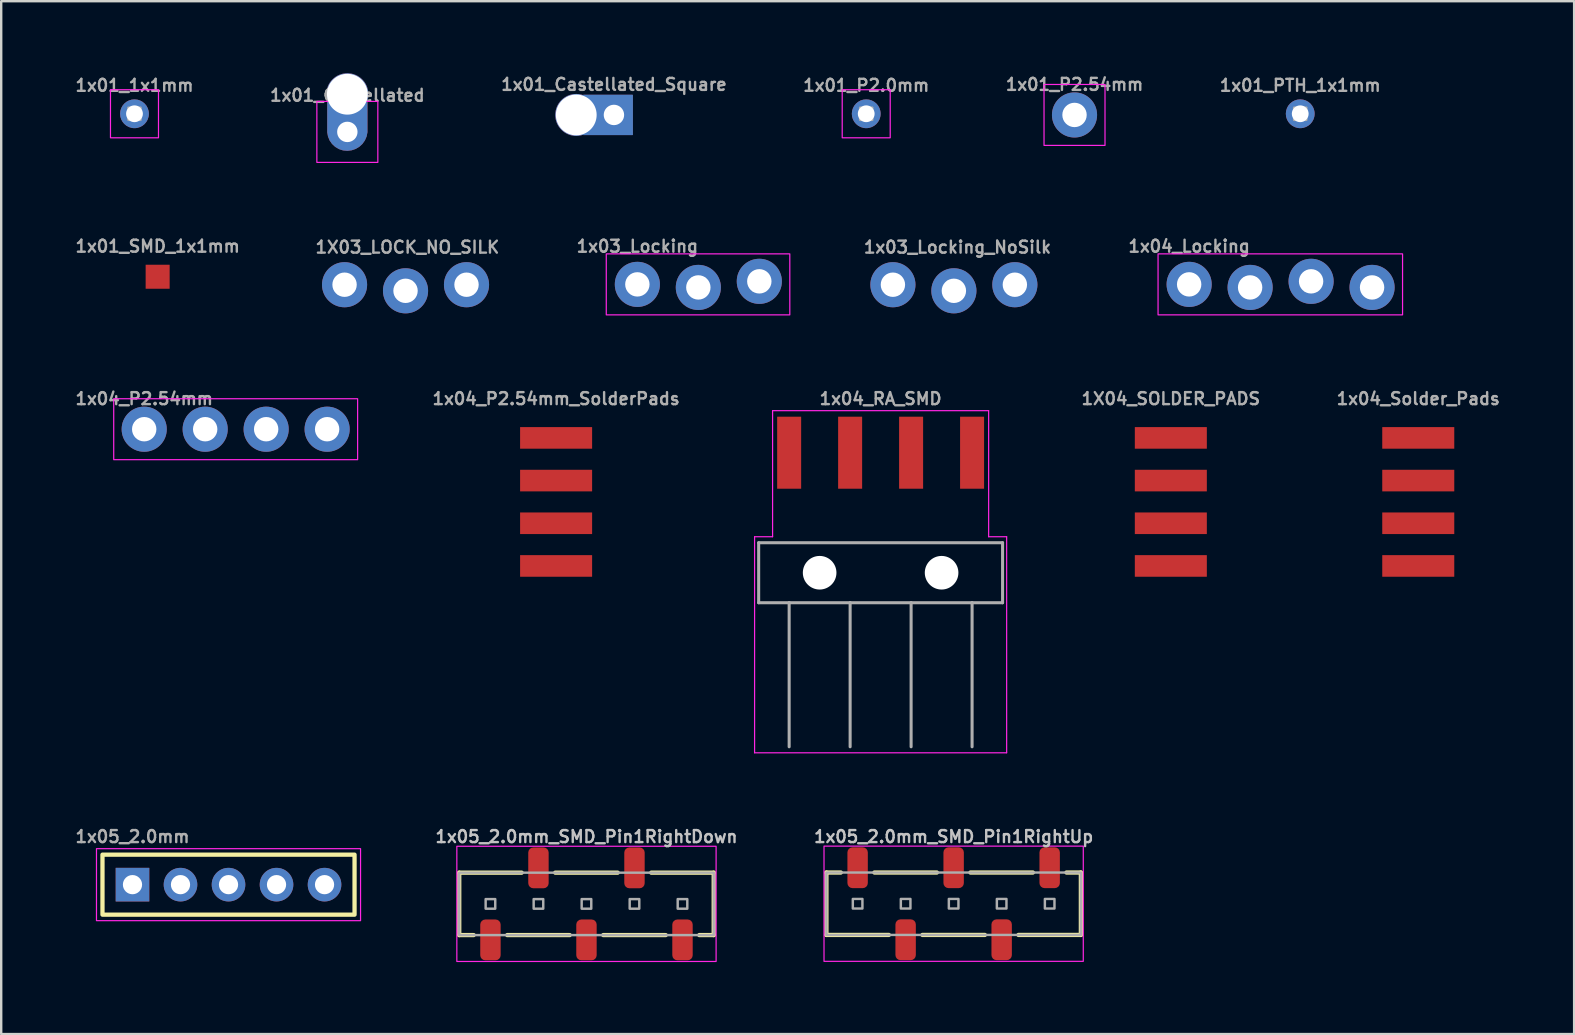
<source format=kicad_pcb>
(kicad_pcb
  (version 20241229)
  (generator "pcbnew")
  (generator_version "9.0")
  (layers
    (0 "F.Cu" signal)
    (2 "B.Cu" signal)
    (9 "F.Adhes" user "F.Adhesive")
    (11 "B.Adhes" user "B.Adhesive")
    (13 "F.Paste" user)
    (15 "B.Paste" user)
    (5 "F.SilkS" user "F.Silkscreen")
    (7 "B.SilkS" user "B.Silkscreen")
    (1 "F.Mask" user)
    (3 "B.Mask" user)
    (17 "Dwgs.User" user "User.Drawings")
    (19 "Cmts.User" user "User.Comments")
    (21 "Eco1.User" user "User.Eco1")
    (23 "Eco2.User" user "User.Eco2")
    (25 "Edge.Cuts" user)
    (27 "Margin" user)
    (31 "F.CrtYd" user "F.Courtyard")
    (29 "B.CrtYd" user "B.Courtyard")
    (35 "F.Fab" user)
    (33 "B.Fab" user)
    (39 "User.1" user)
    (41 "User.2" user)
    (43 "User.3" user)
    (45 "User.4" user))
  (footprint "1x01_P2.54mm"
    (layer "F.Cu")
    (at 41.71 1.738)
    (property "Reference" "1x01_P2.54mm" (at 0 -1.27 0) (layer "F.Fab") (effects (font (size 0.5 0.5) (thickness 0.1))))
    (fp_rect (start -1.27 -1.27) (end 1.27 1.27) (stroke (width 0.05) (type default)) (fill no) (layer "F.CrtYd"))
    (fp_poly (pts (xy -0.254 0.254) (xy 0.254 0.254) (xy 0.254 -0.254) (xy -0.254 -0.254)) (stroke (width 0.1) (type default)) (fill no) (layer "F.Fab"))
    (pad "1" thru_hole circle (at 0 0 90) (size 1.88 1.88) (drill 1.016) (layers "*.Cu" "*.Mask") (remove_unused_layers yes) (keep_end_layers yes) (zone_layer_connections)))
  (footprint "1x01_1x1mm"
    (layer "F.Cu")
    (at 2.552 1.689)
    (property "Reference" "1x01_1x1mm" (at 0 -0.889 0) (unlocked yes) (layer "F.Fab") (effects (font (size 0.5 0.5) (thickness 0.1) (bold yes)) (justify bottom)))
    (fp_rect (start -1 -1) (end 1 1) (stroke (width 0.05) (type default)) (fill no) (layer "F.CrtYd"))
    (fp_poly (pts (xy -0.254 0.254) (xy 0.254 0.254) (xy 0.254 -0.254) (xy -0.254 -0.254)) (stroke (width 0.1) (type default)) (fill no) (layer "F.Fab"))
    (pad "1" thru_hole circle (at 0 0 90) (size 1.2 1.2) (drill 0.7) (layers "*.Cu" "*.Mask")))
  (footprint "1x04_Locking"
    (layer "F.Cu")
    (at 46.485 8.796)
    (property "Reference" "1x04_Locking" (at 0 -1.587 0) (layer "F.Fab") (effects (font (size 0.5 0.5) (thickness 0.1))))
    (fp_rect (start -1.295 -1.27) (end 8.89 1.27) (stroke (width 0.05) (type default)) (fill no) (layer "F.CrtYd"))
    (fp_poly (pts (xy -0.254 0.254) (xy 0.254 0.254) (xy 0.254 -0.254) (xy -0.254 -0.254)) (stroke (width 0.1) (type default)) (fill no) (layer "F.Fab"))
    (fp_poly (pts (xy 2.286 0.254) (xy 2.794 0.254) (xy 2.794 -0.254) (xy 2.286 -0.254)) (stroke (width 0.1) (type default)) (fill no) (layer "F.Fab"))
    (fp_poly (pts (xy 4.826 0.254) (xy 5.334 0.254) (xy 5.334 -0.254) (xy 4.826 -0.254)) (stroke (width 0.1) (type default)) (fill no) (layer "F.Fab"))
    (fp_poly (pts (xy 7.366 0.254) (xy 7.874 0.254) (xy 7.874 -0.254) (xy 7.366 -0.254)) (stroke (width 0.1) (type default)) (fill no) (layer "F.Fab"))
    (pad "1" thru_hole circle (at 0 0 90) (size 1.88 1.88) (drill 1.016) (layers "*.Cu" "*.Mask") (remove_unused_layers yes) (keep_end_layers yes) (zone_layer_connections))
    (pad "2" thru_hole circle (at 2.54 0.127 90) (size 1.88 1.88) (drill 1.016) (layers "*.Cu" "*.Mask") (remove_unused_layers yes) (keep_end_layers yes) (zone_layer_connections))
    (pad "3" thru_hole circle (at 5.08 -0.127 90) (size 1.88 1.88) (drill 1.016) (layers "*.Cu" "*.Mask") (remove_unused_layers yes) (keep_end_layers yes) (zone_layer_connections))
    (pad "4" thru_hole circle (at 7.62 0.127 90) (size 1.88 1.88) (drill 1.016) (layers "*.Cu" "*.Mask") (remove_unused_layers yes) (keep_end_layers yes) (zone_layer_connections)))
  (footprint "1x03_Locking"
    (layer "F.Cu")
    (at 23.5 8.796)
    (property "Reference" "1x03_Locking" (at 0 -1.587 0) (layer "F.Fab") (effects (font (size 0.5 0.5) (thickness 0.1))))
    (fp_rect (start -1.295 -1.27) (end 6.35 1.27) (stroke (width 0.05) (type default)) (fill no) (layer "F.CrtYd"))
    (fp_poly (pts (xy -0.254 0.254) (xy 0.254 0.254) (xy 0.254 -0.254) (xy -0.254 -0.254)) (stroke (width 0.1) (type default)) (fill no) (layer "F.Fab"))
    (fp_poly (pts (xy 2.286 0.254) (xy 2.794 0.254) (xy 2.794 -0.254) (xy 2.286 -0.254)) (stroke (width 0.1) (type default)) (fill no) (layer "F.Fab"))
    (fp_poly (pts (xy 4.826 0.254) (xy 5.334 0.254) (xy 5.334 -0.254) (xy 4.826 -0.254)) (stroke (width 0.1) (type default)) (fill no) (layer "F.Fab"))
    (pad "1" thru_hole circle (at 0 0 90) (size 1.88 1.88) (drill 1.016) (layers "*.Cu" "*.Mask"))
    (pad "2" thru_hole circle (at 2.54 0.127 90) (size 1.88 1.88) (drill 1.016) (layers "*.Cu" "*.Mask"))
    (pad "3" thru_hole circle (at 5.08 -0.127 90) (size 1.88 1.88) (drill 1.016) (layers "*.Cu" "*.Mask")))
  (footprint "1x01_Castellated_Square"
    (layer "F.Cu")
    (at 22.524 1.738)
    (property "Reference" "1x01_Castellated_Square" (at 0 -1.27 0) (layer "F.Fab") (effects (font (size 0.5 0.5) (thickness 0.1))))
    (fp_poly (pts (xy 0.775 0.838) (xy -1.283 0.838) (xy -1.283 -0.838) (xy 0.775 -0.838)) (stroke (width 0) (type default)) (fill yes) (layer "B.Cu"))
    (fp_poly (pts (xy 0.775 0.838) (xy -1.283 0.838) (xy -1.283 -0.838) (xy 0.775 -0.838)) (stroke (width 0) (type default)) (fill yes) (layer "B.Mask"))
    (fp_poly (pts (xy 0.254 0.254) (xy 0.254 -0.254) (xy -0.254 -0.254) (xy -0.254 0.254)) (stroke (width 0.1) (type default)) (fill no) (layer "F.Fab"))
    (pad "1" thru_hole custom (at 0 0 180) (size 1.016 1.016) (drill 0.85) (layers "*.Cu" "*.Mask") (options (anchor circle)) (primitives (gr_poly (pts (xy -0.787 -0.838) (xy 1.27 -0.838) (xy 1.27 0.838) (xy -0.787 0.838)) (width 0) (fill yes))))
    (pad "1B" thru_hole circle (at -1.57 0) (size 1.75 1.75) (drill 1.7) (layers "*.Cu" "*.Mask")))
  (footprint "1x03_Locking_NoSilk"
    (layer "F.Cu")
    (at 34.145 8.937)
    (property "Reference" "1x03_Locking_NoSilk" (at -1.27 -1.397 0) (layer "F.Fab") (effects (font (size 0.5 0.5) (thickness 0.1)) (justify left bottom)))
    (fp_poly (pts (xy -0.254 0.254) (xy 0.254 0.254) (xy 0.254 -0.254) (xy -0.254 -0.254)) (stroke (width 0.1) (type default)) (fill no) (layer "F.Fab"))
    (fp_poly (pts (xy 2.286 0.254) (xy 2.794 0.254) (xy 2.794 -0.254) (xy 2.286 -0.254)) (stroke (width 0.1) (type default)) (fill no) (layer "F.Fab"))
    (fp_poly (pts (xy 4.826 0.254) (xy 5.334 0.254) (xy 5.334 -0.254) (xy 4.826 -0.254)) (stroke (width 0.1) (type default)) (fill no) (layer "F.Fab"))
    (pad "1" thru_hole circle (at 0 -0.127 90) (size 1.88 1.88) (drill 1.016) (layers "*.Cu" "*.Mask"))
    (pad "2" thru_hole circle (at 2.54 0.127 90) (size 1.88 1.88) (drill 1.016) (layers "*.Cu" "*.Mask"))
    (pad "3" thru_hole circle (at 5.08 -0.127 90) (size 1.88 1.88) (drill 1.016) (layers "*.Cu" "*.Mask")))
  (footprint "1x04_RA_SMD"
    (layer "F.Cu")
    (at 33.633 20.808)
    (property "Reference" "1x04_RA_SMD" (at 0 -7.25 0) (unlocked yes) (layer "F.Fab") (effects (font (size 0.5 0.5) (thickness 0.1))))
    (fp_line (start -5.25 -1.5) (end -4.5 -1.5) (stroke (width 0.05) (type default)) (layer "F.CrtYd"))
    (fp_line (start -5.25 7.5) (end -5.25 -1.5) (stroke (width 0.05) (type default)) (layer "F.CrtYd"))
    (fp_line (start -4.5 -6.75) (end 4.5 -6.75) (stroke (width 0.05) (type default)) (layer "F.CrtYd"))
    (fp_line (start -4.5 -1.5) (end -4.5 -6.75) (stroke (width 0.05) (type default)) (layer "F.CrtYd"))
    (fp_line (start 4.5 -6.75) (end 4.5 -1.5) (stroke (width 0.05) (type default)) (layer "F.CrtYd"))
    (fp_line (start 4.5 -1.5) (end 5.25 -1.5) (stroke (width 0.05) (type default)) (layer "F.CrtYd"))
    (fp_line (start 5.25 -1.5) (end 5.25 7.5) (stroke (width 0.05) (type default)) (layer "F.CrtYd"))
    (fp_line (start 5.25 7.5) (end -5.25 7.5) (stroke (width 0.05) (type default)) (layer "F.CrtYd"))
    (fp_line (start -5.08 -1.25) (end -5.08 1.25) (stroke (width 0.127) (type solid)) (layer "F.Fab"))
    (fp_line (start -5.08 1.25) (end -3.81 1.25) (stroke (width 0.127) (type solid)) (layer "F.Fab"))
    (fp_line (start -3.81 1.25) (end -3.81 7.25) (stroke (width 0.127) (type solid)) (layer "F.Fab"))
    (fp_line (start -3.81 1.25) (end -1.27 1.25) (stroke (width 0.127) (type solid)) (layer "F.Fab"))
    (fp_line (start -1.27 1.25) (end -1.27 7.25) (stroke (width 0.127) (type solid)) (layer "F.Fab"))
    (fp_line (start -1.27 1.25) (end 1.27 1.25) (stroke (width 0.127) (type solid)) (layer "F.Fab"))
    (fp_line (start 1.27 1.25) (end 1.27 7.25) (stroke (width 0.127) (type solid)) (layer "F.Fab"))
    (fp_line (start 1.27 1.25) (end 3.81 1.25) (stroke (width 0.127) (type solid)) (layer "F.Fab"))
    (fp_line (start 3.81 1.25) (end 3.81 7.25) (stroke (width 0.127) (type solid)) (layer "F.Fab"))
    (fp_line (start 3.81 1.25) (end 5.08 1.25) (stroke (width 0.127) (type solid)) (layer "F.Fab"))
    (fp_line (start 5.08 -1.25) (end -5.08 -1.25) (stroke (width 0.127) (type solid)) (layer "F.Fab"))
    (fp_line (start 5.08 1.25) (end 5.08 -1.25) (stroke (width 0.127) (type solid)) (layer "F.Fab"))
    (pad "" np_thru_hole circle (at -2.54 0) (size 1.4 1.4) (drill 1.4) (layers "*.Cu" "*.Mask"))
    (pad "" np_thru_hole circle (at 2.54 0) (size 1.4 1.4) (drill 1.4) (layers "*.Cu" "*.Mask"))
    (pad "1" smd rect (at -3.81 -5 90) (size 3 1) (layers "F.Cu" "F.Mask" "F.Paste"))
    (pad "2" smd rect (at -1.27 -5 90) (size 3 1) (layers "F.Cu" "F.Mask" "F.Paste"))
    (pad "3" smd rect (at 1.27 -5 90) (size 3 1) (layers "F.Cu" "F.Mask" "F.Paste"))
    (pad "4" smd rect (at 3.81 -5 90) (size 3 1) (layers "F.Cu" "F.Mask" "F.Paste")))
  (footprint "1x04_P2.54mm"
    (layer "F.Cu")
    (at 2.957 14.829)
    (property "Reference" "1x04_P2.54mm" (at 0 -1.27 0) (layer "F.Fab") (effects (font (size 0.5 0.5) (thickness 0.1))))
    (fp_rect (start -1.27 -1.27) (end 8.89 1.27) (stroke (width 0.05) (type default)) (fill no) (layer "F.CrtYd"))
    (fp_poly (pts (xy -0.254 0.254) (xy 0.254 0.254) (xy 0.254 -0.254) (xy -0.254 -0.254)) (stroke (width 0.1) (type default)) (fill no) (layer "F.Fab"))
    (fp_poly (pts (xy 2.286 0.254) (xy 2.794 0.254) (xy 2.794 -0.254) (xy 2.286 -0.254)) (stroke (width 0.1) (type default)) (fill no) (layer "F.Fab"))
    (fp_poly (pts (xy 4.826 0.254) (xy 5.334 0.254) (xy 5.334 -0.254) (xy 4.826 -0.254)) (stroke (width 0.1) (type default)) (fill no) (layer "F.Fab"))
    (fp_poly (pts (xy 7.366 0.254) (xy 7.874 0.254) (xy 7.874 -0.254) (xy 7.366 -0.254)) (stroke (width 0.1) (type default)) (fill no) (layer "F.Fab"))
    (pad "1" thru_hole circle (at 0 0 90) (size 1.88 1.88) (drill 1.016) (layers "*.Cu" "*.Mask") (remove_unused_layers yes) (keep_end_layers yes) (zone_layer_connections))
    (pad "2" thru_hole circle (at 2.54 0 90) (size 1.88 1.88) (drill 1.016) (layers "*.Cu" "*.Mask") (remove_unused_layers yes) (keep_end_layers yes) (zone_layer_connections))
    (pad "3" thru_hole circle (at 5.08 0 90) (size 1.88 1.88) (drill 1.016) (layers "*.Cu" "*.Mask") (remove_unused_layers yes) (keep_end_layers yes) (zone_layer_connections))
    (pad "4" thru_hole circle (at 7.62 0 90) (size 1.88 1.88) (drill 1.016) (layers "*.Cu" "*.Mask") (remove_unused_layers yes) (keep_end_layers yes) (zone_layer_connections)))
  (footprint "1x04_P2.54mm_SolderPads"
    (layer "F.Cu")
    (at 20.115 17.858)
    (property "Reference" "1x04_P2.54mm_SolderPads" (at 0 -4.3 0) (layer "F.Fab") (effects (font (size 0.5 0.5) (thickness 0.1))))
    (pad "1" smd rect (at 0 -2.667) (size 3 0.9) (layers "F.Cu" "F.Mask"))
    (pad "2" smd rect (at 0 -0.889) (size 3 0.9) (layers "F.Cu" "F.Mask"))
    (pad "3" smd rect (at 0 0.889) (size 3 0.9) (layers "F.Cu" "F.Mask"))
    (pad "4" smd rect (at 0 2.667) (size 3 0.9) (layers "F.Cu" "F.Mask")))
  (footprint "1x01_SMD_1x1mm"
    (layer "F.Cu")
    (at 3.517 8.478)
    (property "Reference" "1x01_SMD_1x1mm" (at 0 -1.27 0) (layer "F.Fab") (effects (font (size 0.5 0.5) (thickness 0.1))))
    (pad "1" smd rect (at 0 0 90) (size 1 1) (layers "F.Cu" "F.Mask" "F.Paste")))
  (footprint "1X03_LOCK_NO_SILK"
    (layer "F.Cu")
    (at 11.303 8.937)
    (property "Reference" "1X03_LOCK_NO_SILK" (at -1.27 -1.397 0) (layer "F.Fab") (effects (font (size 0.5 0.5) (thickness 0.1)) (justify left bottom)))
    (fp_poly (pts (xy -0.254 0.254) (xy 0.254 0.254) (xy 0.254 -0.254) (xy -0.254 -0.254)) (stroke (width 0.1) (type default)) (fill no) (layer "F.Fab"))
    (fp_poly (pts (xy 2.286 0.254) (xy 2.794 0.254) (xy 2.794 -0.254) (xy 2.286 -0.254)) (stroke (width 0.1) (type default)) (fill no) (layer "F.Fab"))
    (fp_poly (pts (xy 4.826 0.254) (xy 5.334 0.254) (xy 5.334 -0.254) (xy 4.826 -0.254)) (stroke (width 0.1) (type default)) (fill no) (layer "F.Fab"))
    (pad "1" thru_hole circle (at 0 -0.127 90) (size 1.88 1.88) (drill 1.016) (layers "*.Cu" "*.Mask"))
    (pad "2" thru_hole circle (at 2.54 0.127 90) (size 1.88 1.88) (drill 1.016) (layers "*.Cu" "*.Mask"))
    (pad "3" thru_hole circle (at 5.08 -0.127 90) (size 1.88 1.88) (drill 1.016) (layers "*.Cu" "*.Mask")))
  (footprint "1x05_2.0mm"
    (layer "F.Cu")
    (at 2.469 33.801)
    (property "Reference" "1x05_2.0mm" (at 0 -2 0) (unlocked yes) (layer "F.Fab") (effects (font (size 0.5 0.5) (thickness 0.1))))
    (fp_rect (start -1.25 -1.25) (end 9.25 1.25) (stroke (width 0.178) (type default)) (fill no) (layer "F.SilkS"))
    (fp_rect (start -1.5 -1.5) (end 9.5 1.5) (stroke (width 0.05) (type default)) (fill no) (layer "F.CrtYd"))
    (pad "1" thru_hole rect (at 0 0) (size 1.4 1.4) (drill 0.8) (layers "*.Cu" "*.Mask"))
    (pad "2" thru_hole circle (at 2 0) (size 1.4 1.4) (drill 0.8) (layers "*.Cu" "*.Mask"))
    (pad "3" thru_hole circle (at 4 0) (size 1.4 1.4) (drill 0.8) (layers "*.Cu" "*.Mask"))
    (pad "4" thru_hole circle (at 6 0) (size 1.4 1.4) (drill 0.8) (layers "*.Cu" "*.Mask"))
    (pad "5" thru_hole circle (at 8 0) (size 1.4 1.4) (drill 0.8) (layers "*.Cu" "*.Mask")))
  (footprint "1x01_P2.0mm"
    (layer "F.Cu")
    (at 33.033 1.689)
    (property "Reference" "1x01_P2.0mm" (at 0 -0.889 0) (unlocked yes) (layer "F.Fab") (effects (font (size 0.5 0.5) (thickness 0.1) (bold yes)) (justify bottom)))
    (fp_rect (start -1 -1) (end 1 1) (stroke (width 0.05) (type default)) (fill no) (layer "F.CrtYd"))
    (fp_poly (pts (xy -0.254 0.254) (xy 0.254 0.254) (xy 0.254 -0.254) (xy -0.254 -0.254)) (stroke (width 0.1) (type default)) (fill no) (layer "F.Fab"))
    (pad "1" thru_hole circle (at 0 0 90) (size 1.2 1.2) (drill 0.7) (layers "*.Cu" "*.Mask")))
  (footprint "1x05_2.0mm_SMD_Pin1RightDown"
    (layer "F.Cu")
    (at 21.38 34.602)
    (property "Reference" "1x05_2.0mm_SMD_Pin1RightDown" (at 0 -2.8 0) (unlocked yes) (layer "Dwgs.User") (effects (font (size 0.5 0.5) (thickness 0.1))))
    (attr smd)
    (fp_line (start -5.3 -1.3) (end -5.3 1.3) (stroke (width 0.178) (type default)) (layer "F.SilkS"))
    (fp_line (start -5.3 1.3) (end -4.7 1.3) (stroke (width 0.178) (type default)) (layer "F.SilkS"))
    (fp_line (start -2.7 -1.3) (end -5.3 -1.3) (stroke (width 0.178) (type default)) (layer "F.SilkS"))
    (fp_line (start -0.7 1.3) (end -3.3 1.3) (stroke (width 0.178) (type default)) (layer "F.SilkS"))
    (fp_line (start 1.3 -1.3) (end -1.3 -1.3) (stroke (width 0.178) (type default)) (layer "F.SilkS"))
    (fp_line (start 3.3 1.3) (end 0.7 1.3) (stroke (width 0.178) (type default)) (layer "F.SilkS"))
    (fp_line (start 5.3 -1.3) (end 2.7 -1.3) (stroke (width 0.178) (type default)) (layer "F.SilkS"))
    (fp_line (start 5.3 -1.3) (end 5.3 1.3) (stroke (width 0.178) (type default)) (layer "F.SilkS"))
    (fp_line (start 5.3 1.3) (end 4.7 1.3) (stroke (width 0.178) (type default)) (layer "F.SilkS"))
    (fp_rect (start -5.4 -2.4) (end 5.4 2.4) (stroke (width 0.05) (type default)) (fill no) (layer "F.CrtYd"))
    (fp_rect (start -5.3 -1.3) (end 5.3 1.3) (stroke (width 0.102) (type default)) (fill no) (layer "F.Fab"))
    (fp_rect (start -4.2 -0.2) (end -3.8 0.2) (stroke (width 0.102) (type solid)) (fill no) (layer "F.Fab"))
    (fp_rect (start -2.2 -0.2) (end -1.8 0.2) (stroke (width 0.102) (type solid)) (fill no) (layer "F.Fab"))
    (fp_rect (start -0.2 -0.2) (end 0.2 0.2) (stroke (width 0.102) (type solid)) (fill no) (layer "F.Fab"))
    (fp_rect (start 1.8 -0.2) (end 2.2 0.2) (stroke (width 0.102) (type solid)) (fill no) (layer "F.Fab"))
    (fp_rect (start 3.8 -0.2) (end 4.2 0.2) (stroke (width 0.102) (type solid)) (fill no) (layer "F.Fab"))
    (pad "1" smd roundrect (at 4 1.5) (size 0.85 1.7) (layers "F.Cu" "F.Mask" "F.Paste") (roundrect_rratio 0.25))
    (pad "2" smd roundrect (at 2 -1.5) (size 0.85 1.7) (layers "F.Cu" "F.Mask" "F.Paste") (roundrect_rratio 0.25))
    (pad "3" smd roundrect (at 0 1.5) (size 0.85 1.7) (layers "F.Cu" "F.Mask" "F.Paste") (roundrect_rratio 0.25))
    (pad "4" smd roundrect (at -2 -1.5) (size 0.85 1.7) (layers "F.Cu" "F.Mask" "F.Paste") (roundrect_rratio 0.25))
    (pad "5" smd roundrect (at -4 1.5) (size 0.85 1.7) (layers "F.Cu" "F.Mask" "F.Paste") (roundrect_rratio 0.25)))
  (footprint "1x01_PTH_1x1mm"
    (layer "F.Cu")
    (at 51.112 1.689)
    (property "Reference" "1x01_PTH_1x1mm" (at 0 -0.889 0) (unlocked yes) (layer "F.Fab") (effects (font (size 0.5 0.5) (thickness 0.1) (bold yes)) (justify bottom)))
    (fp_poly (pts (xy -0.254 0.254) (xy 0.254 0.254) (xy 0.254 -0.254) (xy -0.254 -0.254)) (stroke (width 0.1) (type default)) (fill no) (layer "F.Fab"))
    (pad "1" thru_hole circle (at 0 0 90) (size 1.2 1.2) (drill 0.7) (layers "*.Cu" "*.Mask")))
  (footprint "1x01_Castellated"
    (layer "F.Cu")
    (at 11.419 2.445)
    (property "Reference" "1x01_Castellated" (at 0 -1.524 0) (layer "F.Fab") (effects (font (size 0.5 0.5) (thickness 0.1))))
    (fp_rect (start -1.27 -1.27) (end 1.27 1.27) (stroke (width 0.05) (type default)) (fill no) (layer "F.CrtYd"))
    (fp_rect (start -0.254 -0.254) (end 0.254 0.254) (stroke (width 0.1) (type default)) (fill no) (layer "F.Fab"))
    (pad "1" thru_hole custom (at 0 0 90) (size 1.016 1.016) (drill 0.85) (layers "*.Cu" "*.Mask") (remove_unused_layers yes) (keep_end_layers yes) (zone_layer_connections) (options (anchor circle)) (primitives (gr_poly (pts (xy -0.189 0.803) (xy -0.352 0.733) (xy -0.498 0.63) (xy -0.619 0.499) (xy -0.71 0.346) (xy -0.767 0.177) (xy -0.787 0.001) (xy -0.787 -0.001) (xy -0.771 -0.179) (xy -0.716 -0.349) (xy -0.625 -0.505) (xy -0.504 -0.636) (xy -0.356 -0.739) (xy -0.19 -0.807) (xy -0.014 -0.838) (xy 1.27 -0.838) (xy 1.27 0.838) (xy -0.014 0.838)) (width 0) (fill yes))))
    (pad "1B" thru_hole circle (at 0 -1.57 270) (size 1.75 1.75) (drill 1.7) (layers "*.Cu" "*.Mask") (remove_unused_layers yes) (keep_end_layers yes) (zone_layer_connections)))
  (footprint "1x05_2.0mm_SMD_Pin1RightUp"
    (layer "F.Cu")
    (at 36.675 34.596)
    (property "Reference" "1x05_2.0mm_SMD_Pin1RightUp" (at 0 -2.794 0) (unlocked yes) (layer "Dwgs.User") (effects (font (size 0.5 0.5) (thickness 0.1))))
    (attr smd)
    (fp_line (start -5.3 -1.3) (end -4.7 -1.3) (stroke (width 0.178) (type default)) (layer "F.SilkS"))
    (fp_line (start -5.3 1.3) (end -5.3 -1.3) (stroke (width 0.178) (type default)) (layer "F.SilkS"))
    (fp_line (start -5.3 1.3) (end -2.7 1.3) (stroke (width 0.178) (type default)) (layer "F.SilkS"))
    (fp_line (start -3.3 -1.3) (end -0.7 -1.3) (stroke (width 0.178) (type default)) (layer "F.SilkS"))
    (fp_line (start -1.3 1.3) (end 1.3 1.3) (stroke (width 0.178) (type default)) (layer "F.SilkS"))
    (fp_line (start 0.7 -1.3) (end 3.3 -1.3) (stroke (width 0.178) (type default)) (layer "F.SilkS"))
    (fp_line (start 2.7 1.3) (end 5.3 1.3) (stroke (width 0.178) (type default)) (layer "F.SilkS"))
    (fp_line (start 5.3 -1.3) (end 4.7 -1.3) (stroke (width 0.178) (type default)) (layer "F.SilkS"))
    (fp_line (start 5.3 1.3) (end 5.3 -1.3) (stroke (width 0.178) (type default)) (layer "F.SilkS"))
    (fp_rect (start -5.4 -2.4) (end 5.4 2.4) (stroke (width 0.05) (type default)) (fill no) (layer "F.CrtYd"))
    (fp_rect (start -5.3 -1.3) (end 5.3 1.3) (stroke (width 0.102) (type default)) (fill no) (layer "F.Fab"))
    (fp_rect (start -4.2 -0.2) (end -3.8 0.2) (stroke (width 0.102) (type solid)) (fill no) (layer "F.Fab"))
    (fp_rect (start -2.2 -0.2) (end -1.8 0.2) (stroke (width 0.102) (type solid)) (fill no) (layer "F.Fab"))
    (fp_rect (start -0.2 -0.2) (end 0.2 0.2) (stroke (width 0.102) (type solid)) (fill no) (layer "F.Fab"))
    (fp_rect (start 1.8 -0.2) (end 2.2 0.2) (stroke (width 0.102) (type solid)) (fill no) (layer "F.Fab"))
    (fp_rect (start 3.8 -0.2) (end 4.2 0.2) (stroke (width 0.102) (type solid)) (fill no) (layer "F.Fab"))
    (pad "1" smd roundrect (at 4 -1.5 180) (size 0.85 1.7) (layers "F.Cu" "F.Mask" "F.Paste") (roundrect_rratio 0.25))
    (pad "2" smd roundrect (at 2 1.5 180) (size 0.85 1.7) (layers "F.Cu" "F.Mask" "F.Paste") (roundrect_rratio 0.25))
    (pad "3" smd roundrect (at 0 -1.5 180) (size 0.85 1.7) (layers "F.Cu" "F.Mask" "F.Paste") (roundrect_rratio 0.25))
    (pad "4" smd roundrect (at -2 1.5 180) (size 0.85 1.7) (layers "F.Cu" "F.Mask" "F.Paste") (roundrect_rratio 0.25))
    (pad "5" smd roundrect (at -4 -1.5 180) (size 0.85 1.7) (layers "F.Cu" "F.Mask" "F.Paste") (roundrect_rratio 0.25)))
  (footprint "1X04_SOLDER_PADS"
    (layer "F.Cu")
    (at 45.722 17.858)
    (property "Reference" "1X04_SOLDER_PADS" (at 0 -4.3 0) (layer "F.Fab") (effects (font (size 0.5 0.5) (thickness 0.1))))
    (pad "1" smd rect (at 0 -2.667) (size 3 0.9) (layers "F.Cu" "F.Mask"))
    (pad "2" smd rect (at 0 -0.889) (size 3 0.9) (layers "F.Cu" "F.Mask"))
    (pad "3" smd rect (at 0 0.889) (size 3 0.9) (layers "F.Cu" "F.Mask"))
    (pad "4" smd rect (at 0 2.667) (size 3 0.9) (layers "F.Cu" "F.Mask")))
  (footprint "1x04_Solder_Pads"
    (layer "F.Cu")
    (at 56.029 17.858)
    (property "Reference" "1x04_Solder_Pads" (at 0 -4.3 0) (layer "F.Fab") (effects (font (size 0.5 0.5) (thickness 0.1))))
    (pad "1" smd rect (at 0 -2.667) (size 3 0.9) (layers "F.Cu" "F.Mask"))
    (pad "2" smd rect (at 0 -0.889) (size 3 0.9) (layers "F.Cu" "F.Mask"))
    (pad "3" smd rect (at 0 0.889) (size 3 0.9) (layers "F.Cu" "F.Mask"))
    (pad "4" smd rect (at 0 2.667) (size 3 0.9) (layers "F.Cu" "F.Mask")))
  (gr_rect
    (start -3 -3)
    (end 62.522 40.026)
    (stroke (width 0.1) (type default))
    (fill no)
    (layer "Edge.Cuts")))
</source>
